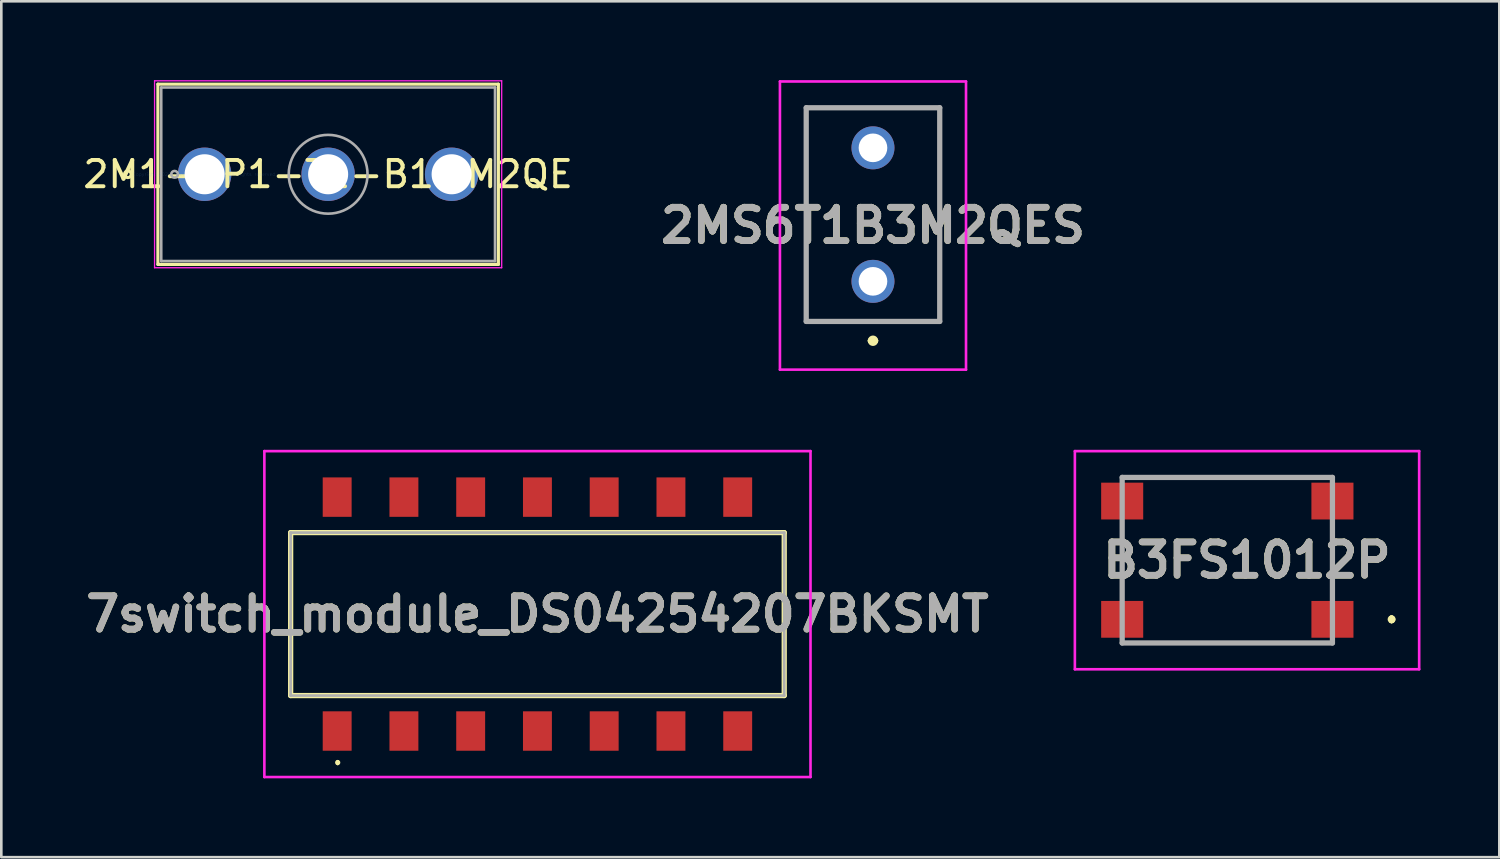
<source format=kicad_pcb>
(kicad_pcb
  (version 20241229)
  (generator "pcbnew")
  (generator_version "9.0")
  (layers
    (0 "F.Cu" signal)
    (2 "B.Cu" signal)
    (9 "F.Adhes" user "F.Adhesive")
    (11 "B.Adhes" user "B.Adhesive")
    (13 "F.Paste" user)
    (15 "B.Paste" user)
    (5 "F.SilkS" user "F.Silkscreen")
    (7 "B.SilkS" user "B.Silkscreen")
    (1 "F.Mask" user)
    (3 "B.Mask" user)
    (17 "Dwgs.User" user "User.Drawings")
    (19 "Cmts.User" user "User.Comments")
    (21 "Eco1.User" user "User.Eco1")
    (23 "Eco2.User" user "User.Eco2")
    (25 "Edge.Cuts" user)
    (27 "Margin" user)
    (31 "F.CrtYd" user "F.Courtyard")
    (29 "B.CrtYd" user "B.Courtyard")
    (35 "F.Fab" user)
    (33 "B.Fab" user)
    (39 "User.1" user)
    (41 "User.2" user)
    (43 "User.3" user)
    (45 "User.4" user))
  (footprint "2MS6T1B3M2QES"
    (layer "F.Cu")
    (at 30.166 7.655)
    (property "Reference" "2MS6T1B3M2QES" (at 0 -2.123 0) (layer "F.SilkS") (effects (font (size 1.27 1.27) (thickness 0.254))))
    (attr through_hole)
    (fp_line (start -2.54 -6.605) (end 2.54 -6.605) (stroke (width 0.1) (type solid)) (layer "F.SilkS"))
    (fp_line (start -2.54 1.525) (end -2.54 -6.605) (stroke (width 0.1) (type solid)) (layer "F.SilkS"))
    (fp_line (start -0.1 2.26) (end -0.1 2.26) (stroke (width 0.2) (type solid)) (layer "F.SilkS"))
    (fp_line (start 0.1 2.26) (end 0.1 2.26) (stroke (width 0.2) (type solid)) (layer "F.SilkS"))
    (fp_line (start 2.54 -6.605) (end 2.54 1.525) (stroke (width 0.1) (type solid)) (layer "F.SilkS"))
    (fp_line (start 2.54 1.525) (end -2.54 1.525) (stroke (width 0.1) (type solid)) (layer "F.SilkS"))
    (fp_arc (start -0.1 2.26) (mid 0 2.16) (end 0.1 2.26) (stroke (width 0.2) (type solid)) (layer "F.SilkS"))
    (fp_arc (start 0.1 2.26) (mid 0 2.36) (end -0.1 2.26) (stroke (width 0.2) (type solid)) (layer "F.SilkS"))
    (fp_line (start -3.54 -7.605) (end 3.54 -7.605) (stroke (width 0.1) (type solid)) (layer "F.CrtYd"))
    (fp_line (start -3.54 3.36) (end -3.54 -7.605) (stroke (width 0.1) (type solid)) (layer "F.CrtYd"))
    (fp_line (start 3.54 -7.605) (end 3.54 3.36) (stroke (width 0.1) (type solid)) (layer "F.CrtYd"))
    (fp_line (start 3.54 3.36) (end -3.54 3.36) (stroke (width 0.1) (type solid)) (layer "F.CrtYd"))
    (fp_line (start -2.54 -6.605) (end 2.54 -6.605) (stroke (width 0.2) (type solid)) (layer "F.Fab"))
    (fp_line (start -2.54 1.525) (end -2.54 -6.605) (stroke (width 0.2) (type solid)) (layer "F.Fab"))
    (fp_line (start 2.54 -6.605) (end 2.54 1.525) (stroke (width 0.2) (type solid)) (layer "F.Fab"))
    (fp_line (start 2.54 1.525) (end -2.54 1.525) (stroke (width 0.2) (type solid)) (layer "F.Fab"))
    (fp_text user "${REFERENCE}" (at 0 -2.123 0) (layer "F.Fab") (effects (font (size 1.27 1.27) (thickness 0.254))))
    (pad "1" thru_hole circle (at 0 0) (size 1.635 1.635) (drill 1.09) (layers "*.Cu" "*.Mask"))
    (pad "2" thru_hole circle (at 0 -5.08) (size 1.635 1.635) (drill 1.09) (layers "*.Cu" "*.Mask")))
  (footprint "B3FS1012P"
    (layer "F.Cu")
    (at 43.648 18.265)
    (property "Reference" "B3FS1012P" (at 0.75 0 0) (layer "F.SilkS") (effects (font (size 1.27 1.27) (thickness 0.254))))
    (attr smd)
    (fp_line (start -4 -1) (end -4 -1) (stroke (width 0.1) (type solid)) (layer "F.SilkS"))
    (fp_line (start -4 -1) (end -4 1) (stroke (width 0.1) (type solid)) (layer "F.SilkS"))
    (fp_line (start -4 1) (end -4 -1) (stroke (width 0.1) (type solid)) (layer "F.SilkS"))
    (fp_line (start -4 1) (end -4 1) (stroke (width 0.1) (type solid)) (layer "F.SilkS"))
    (fp_line (start -2.5 3.15) (end -2.5 3.15) (stroke (width 0.1) (type solid)) (layer "F.SilkS"))
    (fp_line (start -2.5 3.15) (end 2.5 3.15) (stroke (width 0.1) (type solid)) (layer "F.SilkS"))
    (fp_line (start -2.25 -3.15) (end -2.25 -3.15) (stroke (width 0.1) (type solid)) (layer "F.SilkS"))
    (fp_line (start -2.25 -3.15) (end 2.5 -3.15) (stroke (width 0.1) (type solid)) (layer "F.SilkS"))
    (fp_line (start 2.5 -3.15) (end -2.25 -3.15) (stroke (width 0.1) (type solid)) (layer "F.SilkS"))
    (fp_line (start 2.5 -3.15) (end 2.5 -3.15) (stroke (width 0.1) (type solid)) (layer "F.SilkS"))
    (fp_line (start 2.5 3.15) (end -2.5 3.15) (stroke (width 0.1) (type solid)) (layer "F.SilkS"))
    (fp_line (start 2.5 3.15) (end 2.5 3.15) (stroke (width 0.1) (type solid)) (layer "F.SilkS"))
    (fp_line (start 4 -1) (end 4 -1) (stroke (width 0.1) (type solid)) (layer "F.SilkS"))
    (fp_line (start 4 -1) (end 4 1) (stroke (width 0.1) (type solid)) (layer "F.SilkS"))
    (fp_line (start 4 1) (end 4 -1) (stroke (width 0.1) (type solid)) (layer "F.SilkS"))
    (fp_line (start 4 1) (end 4 1) (stroke (width 0.1) (type solid)) (layer "F.SilkS"))
    (fp_line (start 6.25 2.2) (end 6.25 2.2) (stroke (width 0.2) (type solid)) (layer "F.SilkS"))
    (fp_line (start 6.25 2.3) (end 6.25 2.3) (stroke (width 0.2) (type solid)) (layer "F.SilkS"))
    (fp_line (start 6.25 2.3) (end 6.25 2.3) (stroke (width 0.2) (type solid)) (layer "F.SilkS"))
    (fp_arc (start 6.25 2.2) (mid 6.3 2.25) (end 6.25 2.3) (stroke (width 0.2) (type solid)) (layer "F.SilkS"))
    (fp_arc (start 6.25 2.2) (mid 6.3 2.25) (end 6.25 2.3) (stroke (width 0.2) (type solid)) (layer "F.SilkS"))
    (fp_arc (start 6.25 2.3) (mid 6.2 2.25) (end 6.25 2.2) (stroke (width 0.2) (type solid)) (layer "F.SilkS"))
    (fp_line (start -5.8 -4.15) (end 7.3 -4.15) (stroke (width 0.1) (type solid)) (layer "F.CrtYd"))
    (fp_line (start -5.8 4.15) (end -5.8 -4.15) (stroke (width 0.1) (type solid)) (layer "F.CrtYd"))
    (fp_line (start 7.3 -4.15) (end 7.3 4.15) (stroke (width 0.1) (type solid)) (layer "F.CrtYd"))
    (fp_line (start 7.3 4.15) (end -5.8 4.15) (stroke (width 0.1) (type solid)) (layer "F.CrtYd"))
    (fp_line (start -4 -3.15) (end -4 3.15) (stroke (width 0.2) (type solid)) (layer "F.Fab"))
    (fp_line (start -4 3.15) (end 4 3.15) (stroke (width 0.2) (type solid)) (layer "F.Fab"))
    (fp_line (start 4 -3.15) (end -4 -3.15) (stroke (width 0.2) (type solid)) (layer "F.Fab"))
    (fp_line (start 4 3.15) (end 4 -3.15) (stroke (width 0.2) (type solid)) (layer "F.Fab"))
    (fp_text user "${REFERENCE}" (at 0.75 0 0) (layer "F.Fab") (effects (font (size 1.27 1.27) (thickness 0.254))))
    (pad "1" smd rect (at 4 2.25 90) (size 1.4 1.6) (layers "F.Cu" "F.Mask" "F.Paste"))
    (pad "2" smd rect (at -4 2.25 90) (size 1.4 1.6) (layers "F.Cu" "F.Mask" "F.Paste"))
    (pad "3" smd rect (at 4 -2.25 90) (size 1.4 1.6) (layers "F.Cu" "F.Mask" "F.Paste"))
    (pad "4" smd rect (at -4 -2.25 90) (size 1.4 1.6) (layers "F.Cu" "F.Mask" "F.Paste")))
  (footprint "2M1-SP1-T1-B1-M2QE"
    (layer "F.Cu")
    (at 4.736 3.581)
    (property "Reference" "2M1-SP1-T1-B1-M2QE" (at 4.699 0 0) (layer "F.SilkS") (effects (font (size 1 1) (thickness 0.15))))
    (attr through_hole)
    (fp_line (start -1.778 -3.429) (end 11.176 -3.429) (stroke (width 0.12) (type solid)) (layer "F.SilkS"))
    (fp_line (start -1.778 3.429) (end -1.778 -3.429) (stroke (width 0.12) (type solid)) (layer "F.SilkS"))
    (fp_line (start 11.176 -3.429) (end 11.176 3.429) (stroke (width 0.12) (type solid)) (layer "F.SilkS"))
    (fp_line (start 11.176 3.429) (end -1.778 3.429) (stroke (width 0.12) (type solid)) (layer "F.SilkS"))
    (fp_circle (center -2.921 0) (end -2.794 0) (stroke (width 0.12) (type solid)) (fill no) (layer "F.SilkS"))
    (fp_line (start -1.905 -3.556) (end 11.303 -3.556) (stroke (width 0.05) (type solid)) (layer "F.CrtYd"))
    (fp_line (start -1.905 3.556) (end -1.905 -3.556) (stroke (width 0.05) (type solid)) (layer "F.CrtYd"))
    (fp_line (start 11.303 -3.556) (end 11.303 3.556) (stroke (width 0.05) (type solid)) (layer "F.CrtYd"))
    (fp_line (start 11.303 3.556) (end -1.905 3.556) (stroke (width 0.05) (type solid)) (layer "F.CrtYd"))
    (fp_line (start -1.651 -3.302) (end 11.049 -3.302) (stroke (width 0.1) (type solid)) (layer "F.Fab"))
    (fp_line (start -1.651 3.302) (end -1.651 -3.302) (stroke (width 0.1) (type solid)) (layer "F.Fab"))
    (fp_line (start 11.049 -3.302) (end 11.049 3.302) (stroke (width 0.1) (type solid)) (layer "F.Fab"))
    (fp_line (start 11.049 3.302) (end -1.651 3.302) (stroke (width 0.1) (type solid)) (layer "F.Fab"))
    (fp_circle (center -1.143 0) (end -1.016 0) (stroke (width 0.1) (type solid)) (fill no) (layer "F.Fab"))
    (fp_circle (center 4.699 0) (end 6.198 0) (stroke (width 0.1) (type solid)) (fill no) (layer "F.Fab"))
    (fp_text user "*" (at 0 0 0) (layer "F.SilkS") (effects (font (size 1 1) (thickness 0.15))))
    (fp_text user "Copyright 2021 Accelerated Designs. All rights reserved." (at 0 0 0) (layer "Cmts.User") (effects (font (size 0.127 0.127) (thickness 0.002))))
    (fp_text user "*" (at 0 0 0) (layer "F.Fab") (effects (font (size 1 1) (thickness 0.15))))
    (pad "1" thru_hole circle (at 0 0) (size 2.032 2.032) (drill 1.524) (layers "*.Cu" "*.Mask"))
    (pad "2" thru_hole circle (at 4.699 0) (size 2.032 2.032) (drill 1.524) (layers "*.Cu" "*.Mask"))
    (pad "3" thru_hole circle (at 9.398 0) (size 2.032 2.032) (drill 1.524) (layers "*.Cu" "*.Mask")))
  (footprint "7switch_module_DS04254207BKSMT"
    (layer "F.Cu")
    (at 17.399 20.315)
    (property "Reference" "7switch_module_DS04254207BKSMT" (at 0 0 0) (layer "F.SilkS") (effects (font (size 1.27 1.27) (thickness 0.254))))
    (attr smd)
    (fp_line (start -9.39 -3.1) (end 9.39 -3.1) (stroke (width 0.2) (type solid)) (layer "F.SilkS"))
    (fp_line (start -9.39 3.1) (end -9.39 -3.1) (stroke (width 0.2) (type solid)) (layer "F.SilkS"))
    (fp_line (start -7.6 5.6) (end -7.6 5.6) (stroke (width 0.1) (type solid)) (layer "F.SilkS"))
    (fp_line (start -7.6 5.7) (end -7.6 5.7) (stroke (width 0.1) (type solid)) (layer "F.SilkS"))
    (fp_line (start 9.39 -3.1) (end 9.39 3.1) (stroke (width 0.2) (type solid)) (layer "F.SilkS"))
    (fp_line (start 9.39 3.1) (end -9.39 3.1) (stroke (width 0.2) (type solid)) (layer "F.SilkS"))
    (fp_arc (start -7.6 5.6) (mid -7.55 5.65) (end -7.6 5.7) (stroke (width 0.1) (type solid)) (layer "F.SilkS"))
    (fp_arc (start -7.6 5.7) (mid -7.65 5.65) (end -7.6 5.6) (stroke (width 0.1) (type solid)) (layer "F.SilkS"))
    (fp_line (start -10.39 -6.2) (end 10.39 -6.2) (stroke (width 0.1) (type solid)) (layer "F.CrtYd"))
    (fp_line (start -10.39 6.2) (end -10.39 -6.2) (stroke (width 0.1) (type solid)) (layer "F.CrtYd"))
    (fp_line (start 10.39 -6.2) (end 10.39 6.2) (stroke (width 0.1) (type solid)) (layer "F.CrtYd"))
    (fp_line (start 10.39 6.2) (end -10.39 6.2) (stroke (width 0.1) (type solid)) (layer "F.CrtYd"))
    (fp_line (start -9.39 -3.1) (end 9.39 -3.1) (stroke (width 0.1) (type solid)) (layer "F.Fab"))
    (fp_line (start -9.39 3.1) (end -9.39 -3.1) (stroke (width 0.1) (type solid)) (layer "F.Fab"))
    (fp_line (start 9.39 -3.1) (end 9.39 3.1) (stroke (width 0.1) (type solid)) (layer "F.Fab"))
    (fp_line (start 9.39 3.1) (end -9.39 3.1) (stroke (width 0.1) (type solid)) (layer "F.Fab"))
    (fp_text user "${REFERENCE}" (at 0 0 0) (layer "F.Fab") (effects (font (size 1.27 1.27) (thickness 0.254))))
    (pad "1" smd rect (at -7.62 4.45) (size 1.1 1.5) (layers "F.Cu" "F.Mask" "F.Paste"))
    (pad "2" smd rect (at -7.62 -4.45) (size 1.1 1.5) (layers "F.Cu" "F.Mask" "F.Paste"))
    (pad "3" smd rect (at -5.08 4.45) (size 1.1 1.5) (layers "F.Cu" "F.Mask" "F.Paste"))
    (pad "4" smd rect (at -5.08 -4.45) (size 1.1 1.5) (layers "F.Cu" "F.Mask" "F.Paste"))
    (pad "5" smd rect (at -2.54 4.45) (size 1.1 1.5) (layers "F.Cu" "F.Mask" "F.Paste"))
    (pad "6" smd rect (at -2.54 -4.45) (size 1.1 1.5) (layers "F.Cu" "F.Mask" "F.Paste"))
    (pad "7" smd rect (at 0 4.45) (size 1.1 1.5) (layers "F.Cu" "F.Mask" "F.Paste"))
    (pad "8" smd rect (at 0 -4.45) (size 1.1 1.5) (layers "F.Cu" "F.Mask" "F.Paste"))
    (pad "9" smd rect (at 7.62 4.45) (size 1.1 1.5) (layers "F.Cu" "F.Mask" "F.Paste"))
    (pad "10" smd rect (at 2.54 4.45) (size 1.1 1.5) (layers "F.Cu" "F.Mask" "F.Paste"))
    (pad "11" smd rect (at 2.54 -4.45) (size 1.1 1.5) (layers "F.Cu" "F.Mask" "F.Paste"))
    (pad "12" smd rect (at 5.08 4.45) (size 1.1 1.5) (layers "F.Cu" "F.Mask" "F.Paste"))
    (pad "13" smd rect (at 5.08 -4.45) (size 1.1 1.5) (layers "F.Cu" "F.Mask" "F.Paste"))
    (pad "14" smd rect (at 7.62 -4.45) (size 1.1 1.5) (layers "F.Cu" "F.Mask" "F.Paste")))
  (gr_rect
    (start -3 -3)
    (end 53.998 29.565)
    (stroke (width 0.1) (type default))
    (fill no)
    (layer "Edge.Cuts")))
</source>
